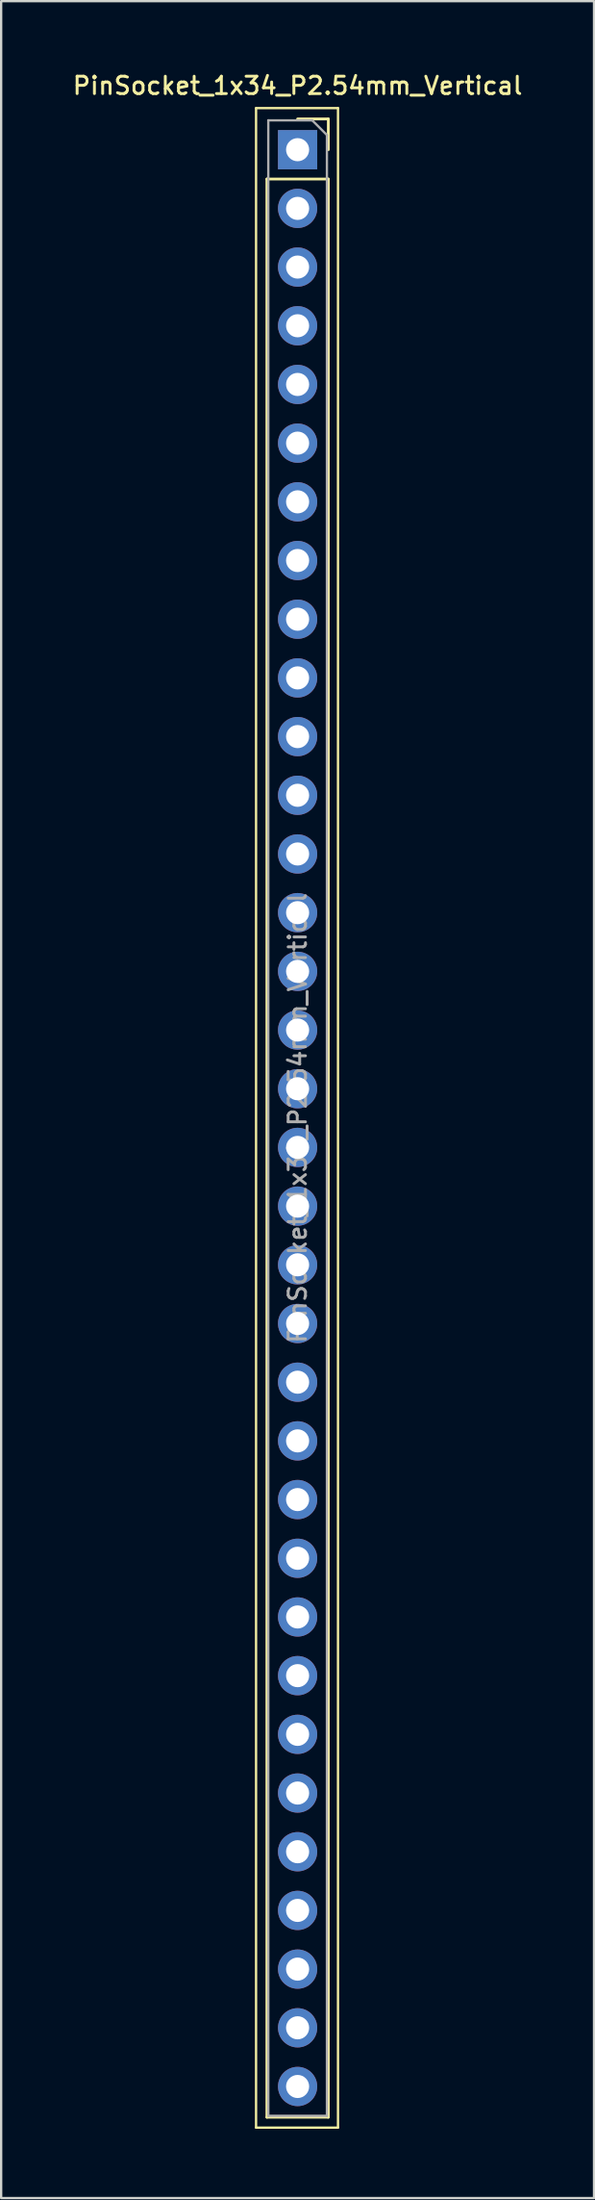
<source format=kicad_pcb>
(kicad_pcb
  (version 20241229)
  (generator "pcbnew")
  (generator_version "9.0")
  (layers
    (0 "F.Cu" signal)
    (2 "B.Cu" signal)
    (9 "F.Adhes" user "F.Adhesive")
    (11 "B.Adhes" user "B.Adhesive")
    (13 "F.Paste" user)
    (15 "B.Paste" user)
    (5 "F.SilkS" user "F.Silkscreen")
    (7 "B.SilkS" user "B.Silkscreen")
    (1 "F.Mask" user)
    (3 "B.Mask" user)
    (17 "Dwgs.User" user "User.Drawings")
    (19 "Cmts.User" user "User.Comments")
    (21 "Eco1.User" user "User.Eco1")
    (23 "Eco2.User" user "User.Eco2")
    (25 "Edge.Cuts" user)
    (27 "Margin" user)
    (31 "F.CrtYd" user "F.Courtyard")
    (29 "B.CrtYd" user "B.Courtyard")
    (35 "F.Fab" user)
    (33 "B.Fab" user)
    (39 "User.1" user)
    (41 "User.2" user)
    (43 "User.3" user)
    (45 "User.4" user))
  (footprint "PinSocket_1x34_P2.54mm_Vertical"
    (layer "F.Cu")
    (at 9.845 3.428)
    (property "Reference" "PinSocket_1x34_P2.54mm_Vertical" (at 0 -2.77 0) (layer "F.SilkS") (effects (font (size 0.75 0.75) (thickness 0.125))))
    (attr through_hole)
    (fp_line (start -1.8 -1.8) (end 1.75 -1.8) (stroke (width 0.1) (type solid)) (layer "F.SilkS"))
    (fp_line (start -1.8 85.6) (end -1.8 -1.8) (stroke (width 0.1) (type solid)) (layer "F.SilkS"))
    (fp_line (start -1.33 1.27) (end -1.33 85.15) (stroke (width 0.12) (type solid)) (layer "F.SilkS"))
    (fp_line (start -1.33 1.27) (end 1.33 1.27) (stroke (width 0.12) (type solid)) (layer "F.SilkS"))
    (fp_line (start -1.33 85.15) (end 1.33 85.15) (stroke (width 0.12) (type solid)) (layer "F.SilkS"))
    (fp_line (start 0 -1.33) (end 1.33 -1.33) (stroke (width 0.12) (type solid)) (layer "F.SilkS"))
    (fp_line (start 1.33 -1.33) (end 1.33 0) (stroke (width 0.12) (type solid)) (layer "F.SilkS"))
    (fp_line (start 1.33 1.27) (end 1.33 85.15) (stroke (width 0.12) (type solid)) (layer "F.SilkS"))
    (fp_line (start 1.75 -1.8) (end 1.75 85.6) (stroke (width 0.1) (type solid)) (layer "F.SilkS"))
    (fp_line (start 1.75 85.6) (end -1.8 85.6) (stroke (width 0.1) (type solid)) (layer "F.SilkS"))
    (fp_line (start -1.27 -1.27) (end 0.635 -1.27) (stroke (width 0.1) (type solid)) (layer "F.Fab"))
    (fp_line (start -1.27 85.09) (end -1.27 -1.27) (stroke (width 0.1) (type solid)) (layer "F.Fab"))
    (fp_line (start 0.635 -1.27) (end 1.27 -0.635) (stroke (width 0.1) (type solid)) (layer "F.Fab"))
    (fp_line (start 1.27 -0.635) (end 1.27 85.09) (stroke (width 0.1) (type solid)) (layer "F.Fab"))
    (fp_line (start 1.27 85.09) (end -1.27 85.09) (stroke (width 0.1) (type solid)) (layer "F.Fab"))
    (fp_text user "${REFERENCE}" (at 0 41.91 90) (layer "F.Fab") (effects (font (size 0.75 0.75) (thickness 0.125))))
    (pad "1" thru_hole rect (at 0 0) (size 1.7 1.7) (drill 1) (layers "*.Cu" "*.Mask"))
    (pad "2" thru_hole oval (at 0 2.54) (size 1.7 1.7) (drill 1) (layers "*.Cu" "*.Mask"))
    (pad "3" thru_hole oval (at 0 5.08) (size 1.7 1.7) (drill 1) (layers "*.Cu" "*.Mask"))
    (pad "4" thru_hole oval (at 0 7.62) (size 1.7 1.7) (drill 1) (layers "*.Cu" "*.Mask"))
    (pad "5" thru_hole oval (at 0 10.16) (size 1.7 1.7) (drill 1) (layers "*.Cu" "*.Mask"))
    (pad "6" thru_hole oval (at 0 12.7) (size 1.7 1.7) (drill 1) (layers "*.Cu" "*.Mask"))
    (pad "7" thru_hole oval (at 0 15.24) (size 1.7 1.7) (drill 1) (layers "*.Cu" "*.Mask"))
    (pad "8" thru_hole oval (at 0 17.78) (size 1.7 1.7) (drill 1) (layers "*.Cu" "*.Mask"))
    (pad "9" thru_hole oval (at 0 20.32) (size 1.7 1.7) (drill 1) (layers "*.Cu" "*.Mask"))
    (pad "10" thru_hole oval (at 0 22.86) (size 1.7 1.7) (drill 1) (layers "*.Cu" "*.Mask"))
    (pad "11" thru_hole oval (at 0 25.4) (size 1.7 1.7) (drill 1) (layers "*.Cu" "*.Mask"))
    (pad "12" thru_hole oval (at 0 27.94) (size 1.7 1.7) (drill 1) (layers "*.Cu" "*.Mask"))
    (pad "13" thru_hole oval (at 0 30.48) (size 1.7 1.7) (drill 1) (layers "*.Cu" "*.Mask"))
    (pad "14" thru_hole oval (at 0 33.02) (size 1.7 1.7) (drill 1) (layers "*.Cu" "*.Mask"))
    (pad "15" thru_hole oval (at 0 35.56) (size 1.7 1.7) (drill 1) (layers "*.Cu" "*.Mask"))
    (pad "16" thru_hole oval (at 0 38.1) (size 1.7 1.7) (drill 1) (layers "*.Cu" "*.Mask"))
    (pad "17" thru_hole oval (at 0 40.64) (size 1.7 1.7) (drill 1) (layers "*.Cu" "*.Mask"))
    (pad "18" thru_hole oval (at 0 43.18) (size 1.7 1.7) (drill 1) (layers "*.Cu" "*.Mask"))
    (pad "19" thru_hole oval (at 0 45.72) (size 1.7 1.7) (drill 1) (layers "*.Cu" "*.Mask"))
    (pad "20" thru_hole oval (at 0 48.26) (size 1.7 1.7) (drill 1) (layers "*.Cu" "*.Mask"))
    (pad "21" thru_hole oval (at 0 50.8) (size 1.7 1.7) (drill 1) (layers "*.Cu" "*.Mask"))
    (pad "22" thru_hole oval (at 0 53.34) (size 1.7 1.7) (drill 1) (layers "*.Cu" "*.Mask"))
    (pad "23" thru_hole oval (at 0 55.88) (size 1.7 1.7) (drill 1) (layers "*.Cu" "*.Mask"))
    (pad "24" thru_hole oval (at 0 58.42) (size 1.7 1.7) (drill 1) (layers "*.Cu" "*.Mask"))
    (pad "25" thru_hole oval (at 0 60.96) (size 1.7 1.7) (drill 1) (layers "*.Cu" "*.Mask"))
    (pad "26" thru_hole oval (at 0 63.5) (size 1.7 1.7) (drill 1) (layers "*.Cu" "*.Mask"))
    (pad "27" thru_hole oval (at 0 66.04) (size 1.7 1.7) (drill 1) (layers "*.Cu" "*.Mask"))
    (pad "28" thru_hole oval (at 0 68.58) (size 1.7 1.7) (drill 1) (layers "*.Cu" "*.Mask"))
    (pad "29" thru_hole oval (at 0 71.12) (size 1.7 1.7) (drill 1) (layers "*.Cu" "*.Mask"))
    (pad "30" thru_hole oval (at 0 73.66) (size 1.7 1.7) (drill 1) (layers "*.Cu" "*.Mask"))
    (pad "31" thru_hole oval (at 0 76.2) (size 1.7 1.7) (drill 1) (layers "*.Cu" "*.Mask"))
    (pad "32" thru_hole oval (at 0 78.74) (size 1.7 1.7) (drill 1) (layers "*.Cu" "*.Mask"))
    (pad "33" thru_hole oval (at 0 81.28) (size 1.7 1.7) (drill 1) (layers "*.Cu" "*.Mask"))
    (pad "34" thru_hole oval (at 0 83.82) (size 1.7 1.7) (drill 1) (layers "*.Cu" "*.Mask")))
  (gr_rect
    (start -3 -3)
    (end 22.689 92.078)
    (stroke (width 0.1) (type default))
    (fill no)
    (layer "Edge.Cuts")))
</source>
